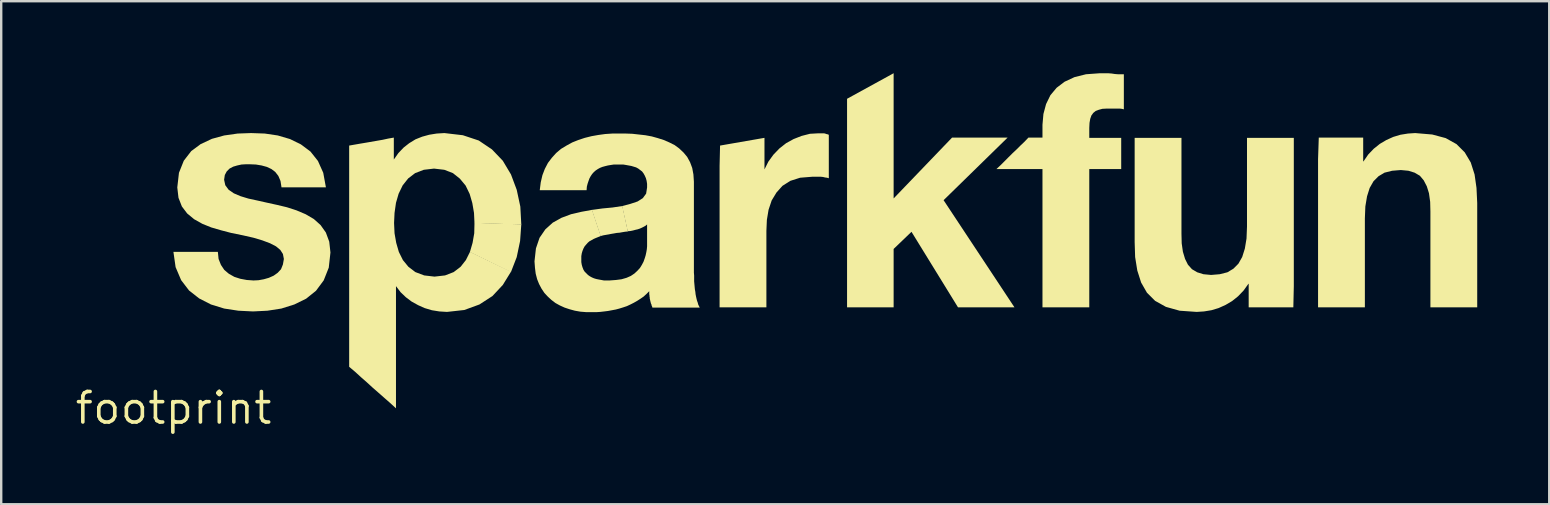
<source format=kicad_pcb>
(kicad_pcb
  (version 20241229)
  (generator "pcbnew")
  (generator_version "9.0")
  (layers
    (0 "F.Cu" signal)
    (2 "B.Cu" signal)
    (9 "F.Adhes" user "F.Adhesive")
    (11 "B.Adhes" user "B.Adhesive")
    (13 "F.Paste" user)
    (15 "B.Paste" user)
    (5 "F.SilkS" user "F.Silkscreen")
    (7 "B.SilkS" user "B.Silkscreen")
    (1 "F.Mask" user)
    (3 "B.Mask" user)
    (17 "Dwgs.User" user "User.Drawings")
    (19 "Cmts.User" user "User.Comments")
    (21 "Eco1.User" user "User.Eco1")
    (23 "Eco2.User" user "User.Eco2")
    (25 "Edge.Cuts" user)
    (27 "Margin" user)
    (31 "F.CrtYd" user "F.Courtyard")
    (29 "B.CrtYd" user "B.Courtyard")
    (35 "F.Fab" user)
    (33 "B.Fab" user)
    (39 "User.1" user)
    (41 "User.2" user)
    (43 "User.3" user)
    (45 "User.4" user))
  (footprint "footprint"
    (layer "F.Cu")
    (at 4.18 13.948)
    (property "Reference" "footprint" (at 0 0 0) (layer "F.SilkS") (effects (font (size 1.27 1.27) (thickness 0.15))))
    (fp_poly (pts (xy 14.485 -7.655) (xy 14.435 -6.959) (xy 14.295 -6.289) (xy 14.053 -5.663) (xy 12.344 -6.497) (xy 12.455 -6.881) (xy 12.525 -7.28) (xy 12.535 -7.715)) (stroke (width 0) (type solid)) (fill yes) (layer "F.SilkS"))
    (fp_poly (pts (xy 29.995 -8.732) (xy 32.428 -11.265) (xy 34.742 -11.265) (xy 32.076 -8.659) (xy 35.029 -4.195) (xy 32.677 -4.195) (xy 30.739 -7.342) (xy 29.995 -6.628) (xy 29.995 -4.195) (xy 28.055 -4.195) (xy 28.055 -12.883) (xy 29.995 -13.948)) (stroke (width 0) (type solid)) (fill yes) (layer "F.SilkS"))
    (fp_poly (pts (xy 18.926 -7.356) (xy 18.811 -7.345) (xy 18.691 -7.325) (xy 18.581 -7.305) (xy 18.461 -7.295) (xy 18.351 -7.275) (xy 18.231 -7.255) (xy 17.901 -7.195) (xy 17.787 -7.164) (xy 17.423 -8.254) (xy 17.869 -8.315) (xy 18.289 -8.355) (xy 18.694 -8.416)) (stroke (width 0) (type solid)) (fill yes) (layer "F.SilkS"))
    (fp_poly (pts (xy 27.141 -11.435) (xy 27.191 -11.415) (xy 27.241 -11.405) (xy 27.295 -11.383) (xy 27.295 -9.573) (xy 27.219 -9.595) (xy 27.139 -9.605) (xy 27.059 -9.625) (xy 26.97 -9.635) (xy 26.6 -9.635) (xy 26.101 -9.595) (xy 25.692 -9.465) (xy 25.363 -9.256) (xy 25.114 -8.977) (xy 24.915 -8.648) (xy 24.785 -8.259) (xy 24.715 -7.839) (xy 24.695 -7.38) (xy 24.695 -4.195) (xy 22.745 -4.195) (xy 22.745 -10.09) (xy 22.765 -10.934) (xy 22.999 -10.975) (xy 24.379 -11.215) (xy 24.615 -11.256) (xy 24.615 -9.945) (xy 24.617 -9.945) (xy 24.776 -10.263) (xy 24.986 -10.553) (xy 25.237 -10.814) (xy 25.517 -11.034) (xy 25.828 -11.205) (xy 26.158 -11.335) (xy 26.509 -11.425) (xy 26.87 -11.445) (xy 27.09 -11.445)) (stroke (width 0) (type solid)) (fill yes) (layer "F.SilkS"))
    (fp_poly (pts (xy 39.081 -13.935) (xy 39.211 -13.915) (xy 39.34 -13.905) (xy 39.585 -13.905) (xy 39.585 -12.444) (xy 39.499 -12.465) (xy 39.41 -12.475) (xy 38.88 -12.475) (xy 38.691 -12.465) (xy 38.542 -12.425) (xy 38.413 -12.376) (xy 38.314 -12.297) (xy 38.234 -12.188) (xy 38.185 -12.049) (xy 38.155 -11.879) (xy 38.145 -11.67) (xy 38.145 -11.255) (xy 39.475 -11.255) (xy 39.475 -9.955) (xy 38.145 -9.955) (xy 38.145 -4.195) (xy 36.195 -4.195) (xy 36.195 -9.955) (xy 34.277 -9.955) (xy 34.457 -10.124) (xy 34.786 -10.454) (xy 34.947 -10.614) (xy 35.117 -10.774) (xy 35.277 -10.934) (xy 35.446 -11.094) (xy 35.608 -11.265) (xy 36.195 -11.265) (xy 36.195 -11.8) (xy 36.235 -12.251) (xy 36.345 -12.662) (xy 36.526 -13.033) (xy 36.787 -13.344) (xy 37.117 -13.594) (xy 37.528 -13.785) (xy 38.009 -13.905) (xy 38.56 -13.945) (xy 38.95 -13.945)) (stroke (width 0) (type solid)) (fill yes) (layer "F.SilkS"))
    (fp_poly (pts (xy 41.985 -7.27) (xy 41.995 -6.86) (xy 42.045 -6.511) (xy 42.135 -6.212) (xy 42.254 -5.973) (xy 42.423 -5.784) (xy 42.642 -5.655) (xy 42.901 -5.575) (xy 43.22 -5.545) (xy 43.579 -5.575) (xy 43.898 -5.655) (xy 44.147 -5.804) (xy 44.356 -6.013) (xy 44.515 -6.292) (xy 44.625 -6.641) (xy 44.695 -7.061) (xy 44.715 -7.56) (xy 44.715 -11.255) (xy 46.665 -11.255) (xy 46.665 -5.08) (xy 46.645 -4.195) (xy 44.785 -4.195) (xy 44.785 -5.175) (xy 44.773 -5.175) (xy 44.574 -4.897) (xy 44.343 -4.656) (xy 44.093 -4.456) (xy 43.822 -4.296) (xy 43.532 -4.165) (xy 43.231 -4.075) (xy 42.921 -4.025) (xy 42.62 -4.005) (xy 41.909 -4.055) (xy 41.338 -4.215) (xy 40.887 -4.466) (xy 40.546 -4.807) (xy 40.305 -5.228) (xy 40.145 -5.729) (xy 40.055 -6.29) (xy 40.035 -6.92) (xy 40.035 -11.255) (xy 41.985 -11.255)) (stroke (width 0) (type solid)) (fill yes) (layer "F.SilkS"))
    (fp_poly (pts (xy 52.431 -11.395) (xy 52.992 -11.245) (xy 53.443 -10.994) (xy 53.784 -10.653) (xy 54.035 -10.232) (xy 54.195 -9.731) (xy 54.275 -9.17) (xy 54.305 -8.54) (xy 54.305 -4.195) (xy 52.355 -4.195) (xy 52.355 -8.19) (xy 52.345 -8.59) (xy 52.295 -8.949) (xy 52.205 -9.238) (xy 52.076 -9.487) (xy 51.917 -9.676) (xy 51.698 -9.805) (xy 51.439 -9.885) (xy 51.12 -9.915) (xy 50.761 -9.885) (xy 50.442 -9.805) (xy 50.193 -9.656) (xy 49.984 -9.447) (xy 49.825 -9.168) (xy 49.715 -8.819) (xy 49.645 -8.399) (xy 49.625 -7.9) (xy 49.625 -4.195) (xy 47.675 -4.195) (xy 47.675 -10.37) (xy 47.705 -11.265) (xy 49.555 -11.265) (xy 49.555 -10.275) (xy 49.567 -10.275) (xy 49.766 -10.563) (xy 49.997 -10.804) (xy 50.247 -11.004) (xy 50.518 -11.164) (xy 50.808 -11.295) (xy 51.109 -11.385) (xy 51.419 -11.435) (xy 51.72 -11.455)) (stroke (width 0) (type solid)) (fill yes) (layer "F.SilkS"))
    (fp_poly (pts (xy 12.051 -11.365) (xy 12.712 -11.145) (xy 13.263 -10.774) (xy 13.714 -10.303) (xy 14.055 -9.732) (xy 14.295 -9.091) (xy 14.445 -8.391) (xy 14.485 -7.645) (xy 12.535 -7.705) (xy 12.515 -8.129) (xy 12.445 -8.539) (xy 12.335 -8.918) (xy 12.166 -9.267) (xy 11.926 -9.556) (xy 11.637 -9.786) (xy 11.279 -9.925) (xy 10.85 -9.975) (xy 10.421 -9.925) (xy 10.062 -9.786) (xy 9.774 -9.566) (xy 9.544 -9.277) (xy 9.375 -8.928) (xy 9.265 -8.549) (xy 9.205 -8.13) (xy 9.185 -7.71) (xy 9.205 -7.281) (xy 9.275 -6.881) (xy 9.385 -6.502) (xy 9.554 -6.163) (xy 9.783 -5.884) (xy 10.072 -5.664) (xy 10.441 -5.525) (xy 10.87 -5.475) (xy 11.309 -5.525) (xy 11.668 -5.664) (xy 11.956 -5.884) (xy 12.176 -6.163) (xy 12.348 -6.507) (xy 14.057 -5.682) (xy 13.714 -5.127) (xy 13.283 -4.666) (xy 12.742 -4.315) (xy 12.111 -4.085) (xy 11.39 -4.005) (xy 11.069 -4.025) (xy 10.759 -4.075) (xy 10.458 -4.165) (xy 10.188 -4.286) (xy 9.917 -4.436) (xy 9.677 -4.616) (xy 9.456 -4.827) (xy 9.268 -5.075) (xy 9.265 -5.075) (xy 9.265 0.011) (xy 9.017 -0.216) (xy 8.777 -0.426) (xy 8.527 -0.646) (xy 8.287 -0.856) (xy 8.047 -1.076) (xy 7.807 -1.286) (xy 7.567 -1.506) (xy 7.315 -1.718) (xy 7.315 -10.934) (xy 7.549 -10.975) (xy 7.779 -11.015) (xy 8.019 -11.055) (xy 8.709 -11.175) (xy 8.939 -11.225) (xy 9.175 -11.266) (xy 9.175 -10.355) (xy 9.177 -10.355) (xy 9.366 -10.623) (xy 9.587 -10.854) (xy 9.817 -11.034) (xy 10.078 -11.194) (xy 10.358 -11.305) (xy 10.649 -11.385) (xy 10.959 -11.435) (xy 11.28 -11.455)) (stroke (width 0) (type solid)) (fill yes) (layer "F.SilkS"))
    (fp_poly (pts (xy 3.8 -11.435) (xy 4.341 -11.355) (xy 4.852 -11.205) (xy 5.303 -10.984) (xy 5.704 -10.684) (xy 6.014 -10.293) (xy 6.235 -9.801) (xy 6.346 -9.195) (xy 4.496 -9.195) (xy 4.455 -9.459) (xy 4.366 -9.667) (xy 4.236 -9.836) (xy 4.077 -9.956) (xy 3.888 -10.045) (xy 3.669 -10.105) (xy 3.429 -10.145) (xy 3.18 -10.155) (xy 3.01 -10.155) (xy 2.831 -10.145) (xy 2.651 -10.105) (xy 2.482 -10.055) (xy 2.333 -9.976) (xy 2.214 -9.857) (xy 2.135 -9.708) (xy 2.105 -9.51) (xy 2.155 -9.282) (xy 2.294 -9.094) (xy 2.512 -8.944) (xy 2.792 -8.825) (xy 3.121 -8.725) (xy 3.491 -8.645) (xy 3.891 -8.555) (xy 4.301 -8.465) (xy 4.721 -8.365) (xy 5.122 -8.235) (xy 5.502 -8.074) (xy 5.843 -7.874) (xy 6.124 -7.623) (xy 6.344 -7.312) (xy 6.485 -6.931) (xy 6.535 -6.48) (xy 6.465 -5.849) (xy 6.254 -5.318) (xy 5.934 -4.887) (xy 5.523 -4.556) (xy 5.032 -4.315) (xy 4.491 -4.145) (xy 3.911 -4.055) (xy 3.31 -4.025) (xy 2.699 -4.055) (xy 2.109 -4.145) (xy 1.558 -4.315) (xy 1.067 -4.566) (xy 0.646 -4.896) (xy 0.316 -5.327) (xy 0.085 -5.869) (xy -0.006 -6.505) (xy 1.845 -6.505) (xy 1.875 -6.211) (xy 1.974 -5.962) (xy 2.114 -5.753) (xy 2.303 -5.594) (xy 2.532 -5.465) (xy 2.781 -5.385) (xy 3.051 -5.335) (xy 3.33 -5.315) (xy 3.539 -5.325) (xy 3.759 -5.365) (xy 3.968 -5.425) (xy 4.168 -5.514) (xy 4.337 -5.634) (xy 4.476 -5.783) (xy 4.555 -5.981) (xy 4.595 -6.21) (xy 4.555 -6.418) (xy 4.446 -6.587) (xy 4.267 -6.736) (xy 4.018 -6.865) (xy 3.698 -6.985) (xy 3.329 -7.095) (xy 2.889 -7.195) (xy 2.399 -7.295) (xy 1.979 -7.405) (xy 1.568 -7.525) (xy 1.198 -7.675) (xy 0.857 -7.866) (xy 0.566 -8.107) (xy 0.346 -8.398) (xy 0.205 -8.759) (xy 0.155 -9.19) (xy 0.225 -9.801) (xy 0.426 -10.303) (xy 0.736 -10.704) (xy 1.127 -10.994) (xy 1.598 -11.215) (xy 2.109 -11.355) (xy 2.67 -11.435) (xy 3.23 -11.455)) (stroke (width 0) (type solid)) (fill yes) (layer "F.SilkS"))
    (fp_poly (pts (xy 19.11 -11.425) (xy 19.381 -11.395) (xy 19.651 -11.365) (xy 19.921 -11.315) (xy 20.171 -11.245) (xy 20.422 -11.165) (xy 20.652 -11.065) (xy 20.873 -10.954) (xy 21.063 -10.814) (xy 21.244 -10.643) (xy 21.394 -10.463) (xy 21.515 -10.242) (xy 21.605 -10.001) (xy 21.655 -9.731) (xy 21.675 -9.43) (xy 21.675 -5.64) (xy 21.685 -5.52) (xy 21.685 -5.28) (xy 21.715 -4.951) (xy 21.735 -4.841) (xy 21.745 -4.741) (xy 21.765 -4.641) (xy 21.785 -4.551) (xy 21.805 -4.471) (xy 21.835 -4.391) (xy 21.855 -4.312) (xy 21.918 -4.185) (xy 19.946 -4.185) (xy 19.935 -4.228) (xy 19.915 -4.268) (xy 19.905 -4.318) (xy 19.885 -4.358) (xy 19.855 -4.479) (xy 19.845 -4.529) (xy 19.835 -4.569) (xy 19.835 -4.61) (xy 19.825 -4.66) (xy 19.825 -4.699) (xy 19.815 -4.739) (xy 19.815 -4.868) (xy 19.703 -4.756) (xy 19.583 -4.646) (xy 19.453 -4.556) (xy 19.313 -4.466) (xy 19.172 -4.386) (xy 19.032 -4.315) (xy 18.882 -4.245) (xy 18.732 -4.195) (xy 18.571 -4.145) (xy 18.421 -4.105) (xy 18.261 -4.075) (xy 18.101 -4.045) (xy 17.941 -4.025) (xy 17.77 -4.005) (xy 17.61 -3.995) (xy 17.2 -3.995) (xy 16.949 -4.015) (xy 16.719 -4.055) (xy 16.499 -4.115) (xy 16.288 -4.185) (xy 16.088 -4.276) (xy 15.907 -4.376) (xy 15.737 -4.506) (xy 15.586 -4.646) (xy 15.446 -4.797) (xy 15.326 -4.977) (xy 15.225 -5.168) (xy 15.145 -5.368) (xy 15.085 -5.599) (xy 15.055 -5.84) (xy 15.035 -6.11) (xy 15.095 -6.651) (xy 15.245 -7.092) (xy 15.486 -7.443) (xy 15.797 -7.724) (xy 16.158 -7.925) (xy 16.559 -8.075) (xy 16.989 -8.175) (xy 17.433 -8.256) (xy 17.796 -7.167) (xy 17.692 -7.125) (xy 17.592 -7.085) (xy 17.502 -7.046) (xy 17.323 -6.946) (xy 17.254 -6.886) (xy 17.184 -6.807) (xy 17.124 -6.737) (xy 17.075 -6.648) (xy 17.035 -6.548) (xy 17.005 -6.449) (xy 16.985 -6.33) (xy 16.985 -6.08) (xy 17.005 -5.961) (xy 17.035 -5.862) (xy 17.074 -5.762) (xy 17.124 -5.683) (xy 17.263 -5.544) (xy 17.333 -5.494) (xy 17.422 -5.444) (xy 17.512 -5.405) (xy 17.611 -5.375) (xy 17.711 -5.355) (xy 17.93 -5.315) (xy 18.16 -5.315) (xy 18.429 -5.335) (xy 18.659 -5.365) (xy 18.868 -5.425) (xy 19.048 -5.504) (xy 19.197 -5.604) (xy 19.316 -5.714) (xy 19.426 -5.833) (xy 19.506 -5.962) (xy 19.575 -6.092) (xy 19.625 -6.232) (xy 19.665 -6.361) (xy 19.695 -6.501) (xy 19.715 -6.621) (xy 19.725 -6.74) (xy 19.725 -7.649) (xy 19.663 -7.596) (xy 19.592 -7.556) (xy 19.512 -7.515) (xy 19.422 -7.475) (xy 19.331 -7.445) (xy 19.241 -7.425) (xy 19.131 -7.395) (xy 19.031 -7.375) (xy 18.916 -7.365) (xy 18.684 -8.414) (xy 19.029 -8.505) (xy 19.328 -8.605) (xy 19.547 -8.744) (xy 19.685 -8.932) (xy 19.725 -9.19) (xy 19.725 -9.34) (xy 19.705 -9.469) (xy 19.675 -9.578) (xy 19.626 -9.688) (xy 19.576 -9.777) (xy 19.516 -9.856) (xy 19.357 -9.976) (xy 19.268 -10.025) (xy 19.069 -10.085) (xy 18.849 -10.125) (xy 18.73 -10.145) (xy 18.34 -10.145) (xy 18.211 -10.125) (xy 18.091 -10.105) (xy 17.971 -10.075) (xy 17.862 -10.045) (xy 17.762 -10.005) (xy 17.673 -9.956) (xy 17.583 -9.896) (xy 17.504 -9.826) (xy 17.434 -9.747) (xy 17.374 -9.657) (xy 17.325 -9.568) (xy 17.285 -9.458) (xy 17.245 -9.339) (xy 17.215 -9.219) (xy 17.205 -9.075) (xy 15.254 -9.075) (xy 15.295 -9.401) (xy 15.365 -9.701) (xy 15.465 -9.962) (xy 15.596 -10.213) (xy 15.756 -10.423) (xy 15.937 -10.624) (xy 16.137 -10.794) (xy 16.368 -10.934) (xy 16.608 -11.065) (xy 16.858 -11.165) (xy 17.129 -11.255) (xy 17.409 -11.325) (xy 17.689 -11.375) (xy 17.979 -11.415) (xy 18.28 -11.435) (xy 18.84 -11.435)) (stroke (width 0) (type solid)) (fill yes) (layer "F.SilkS")))
  (gr_rect
    (start -3 -3)
    (end 61.485 17.955)
    (stroke (width 0.1) (type default))
    (fill no)
    (layer "Edge.Cuts")))
</source>
